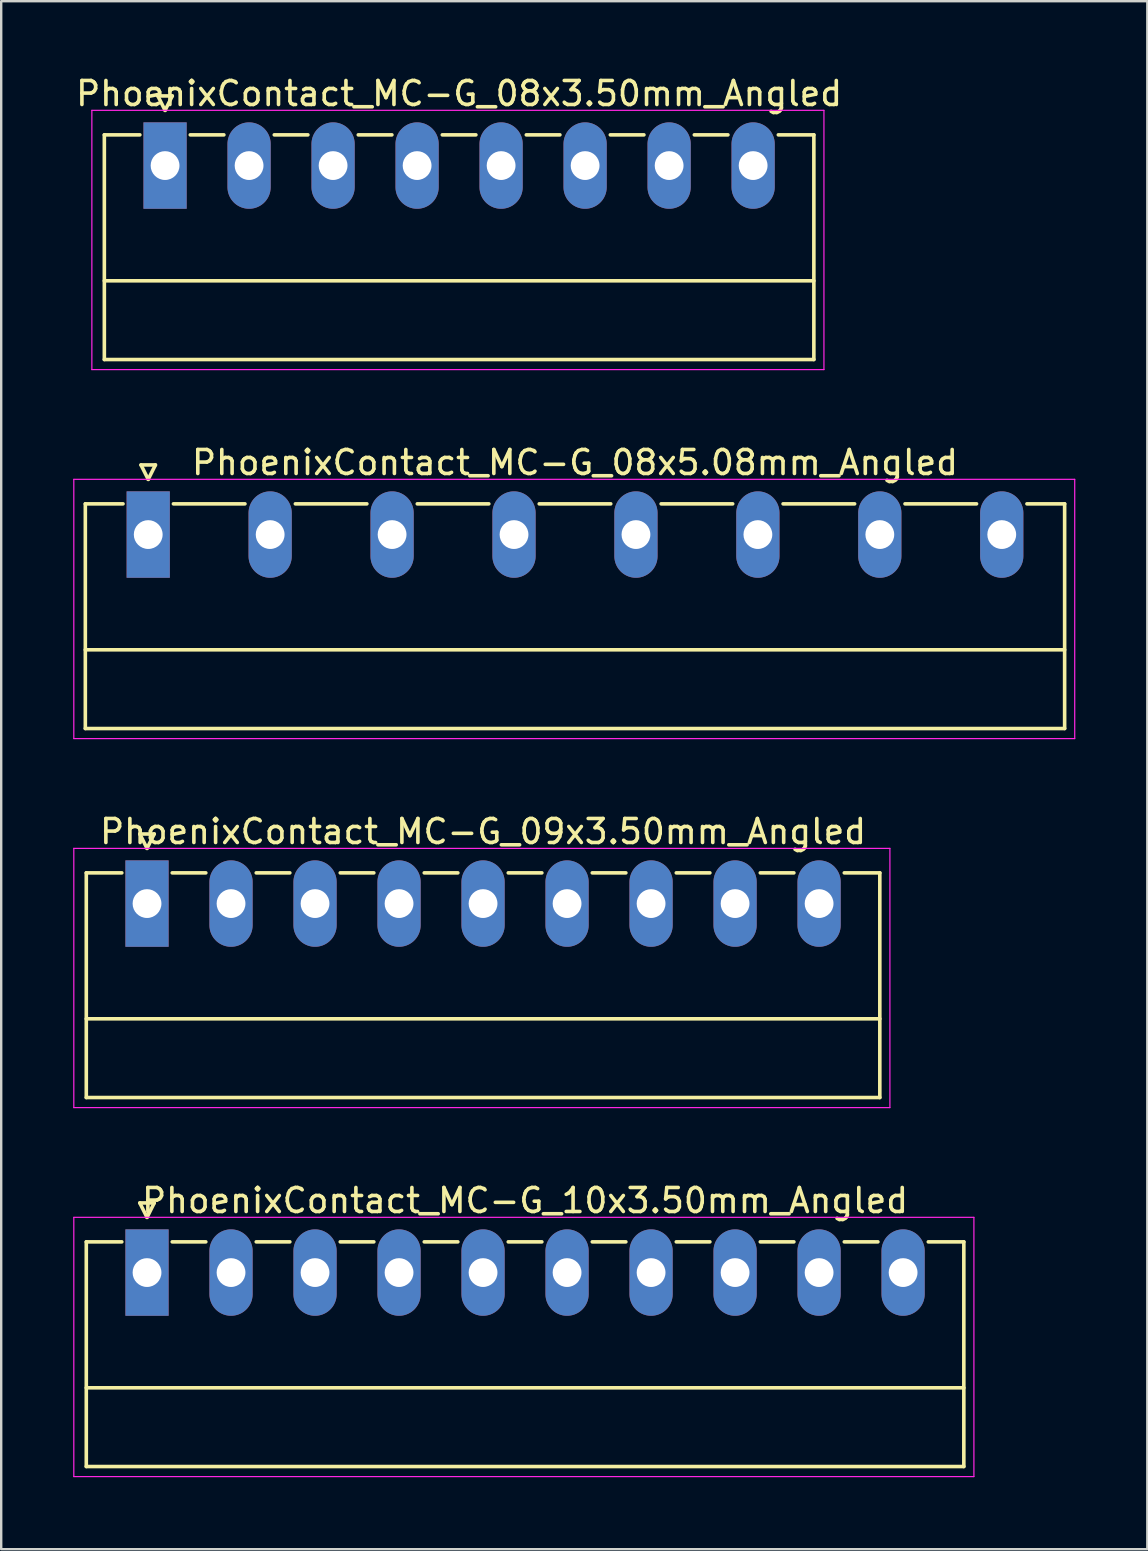
<source format=kicad_pcb>
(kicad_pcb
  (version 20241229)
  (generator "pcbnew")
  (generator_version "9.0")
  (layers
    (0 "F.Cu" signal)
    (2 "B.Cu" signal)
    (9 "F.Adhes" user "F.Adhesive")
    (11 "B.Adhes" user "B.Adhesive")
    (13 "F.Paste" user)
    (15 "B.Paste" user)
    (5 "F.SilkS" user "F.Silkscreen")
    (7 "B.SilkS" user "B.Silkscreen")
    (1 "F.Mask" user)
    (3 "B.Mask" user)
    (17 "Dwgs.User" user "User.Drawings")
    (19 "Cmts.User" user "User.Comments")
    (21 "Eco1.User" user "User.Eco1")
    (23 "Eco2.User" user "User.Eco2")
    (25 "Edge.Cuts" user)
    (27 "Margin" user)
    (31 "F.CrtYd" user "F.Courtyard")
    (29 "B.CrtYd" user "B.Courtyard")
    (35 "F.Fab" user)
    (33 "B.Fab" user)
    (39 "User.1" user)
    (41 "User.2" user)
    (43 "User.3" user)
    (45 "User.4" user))
  (footprint "PhoenixContact_MC-G_10x3.50mm_Angled"
    (layer "F.Cu")
    (at 3.075 49.968)
    (property "Reference" "PhoenixContact_MC-G_10x3.50mm_Angled" (at 15.75 -3 0) (layer "F.SilkS") (effects (font (size 1 1) (thickness 0.15))))
    (attr through_hole)
    (fp_line (start -2.53 -1.28) (end -2.53 8.08) (stroke (width 0.15) (type solid)) (layer "F.SilkS"))
    (fp_line (start -2.53 -1.28) (end -1.05 -1.28) (stroke (width 0.15) (type solid)) (layer "F.SilkS"))
    (fp_line (start -2.53 4.8) (end 34.03 4.8) (stroke (width 0.15) (type solid)) (layer "F.SilkS"))
    (fp_line (start -2.53 8.08) (end 34.03 8.08) (stroke (width 0.15) (type solid)) (layer "F.SilkS"))
    (fp_line (start -0.3 -2.9) (end 0 -2.3) (stroke (width 0.15) (type solid)) (layer "F.SilkS"))
    (fp_line (start 0 -2.3) (end 0.3 -2.9) (stroke (width 0.15) (type solid)) (layer "F.SilkS"))
    (fp_line (start 0.3 -2.9) (end -0.3 -2.9) (stroke (width 0.15) (type solid)) (layer "F.SilkS"))
    (fp_line (start 1.05 -1.28) (end 2.45 -1.28) (stroke (width 0.15) (type solid)) (layer "F.SilkS"))
    (fp_line (start 4.55 -1.28) (end 5.95 -1.28) (stroke (width 0.15) (type solid)) (layer "F.SilkS"))
    (fp_line (start 8.05 -1.28) (end 9.45 -1.28) (stroke (width 0.15) (type solid)) (layer "F.SilkS"))
    (fp_line (start 11.55 -1.28) (end 12.95 -1.28) (stroke (width 0.15) (type solid)) (layer "F.SilkS"))
    (fp_line (start 15.05 -1.28) (end 16.45 -1.28) (stroke (width 0.15) (type solid)) (layer "F.SilkS"))
    (fp_line (start 18.55 -1.28) (end 19.95 -1.28) (stroke (width 0.15) (type solid)) (layer "F.SilkS"))
    (fp_line (start 22.05 -1.28) (end 23.45 -1.28) (stroke (width 0.15) (type solid)) (layer "F.SilkS"))
    (fp_line (start 25.55 -1.28) (end 26.95 -1.28) (stroke (width 0.15) (type solid)) (layer "F.SilkS"))
    (fp_line (start 29.05 -1.28) (end 30.45 -1.28) (stroke (width 0.15) (type solid)) (layer "F.SilkS"))
    (fp_line (start 34.03 -1.28) (end 32.55 -1.28) (stroke (width 0.15) (type solid)) (layer "F.SilkS"))
    (fp_line (start 34.03 8.08) (end 34.03 -1.28) (stroke (width 0.15) (type solid)) (layer "F.SilkS"))
    (fp_line (start -3.05 -2.3) (end -3.05 8.5) (stroke (width 0.05) (type solid)) (layer "F.CrtYd"))
    (fp_line (start -3.05 8.5) (end 34.45 8.5) (stroke (width 0.05) (type solid)) (layer "F.CrtYd"))
    (fp_line (start 34.45 -2.3) (end -3.05 -2.3) (stroke (width 0.05) (type solid)) (layer "F.CrtYd"))
    (fp_line (start 34.45 8.5) (end 34.45 -2.3) (stroke (width 0.05) (type solid)) (layer "F.CrtYd"))
    (pad "1" thru_hole rect (at 0 0) (size 1.8 3.6) (drill 1.2) (layers "*.Cu" "*.Mask"))
    (pad "2" thru_hole oval (at 3.5 0) (size 1.8 3.6) (drill 1.2) (layers "*.Cu" "*.Mask"))
    (pad "3" thru_hole oval (at 7 0) (size 1.8 3.6) (drill 1.2) (layers "*.Cu" "*.Mask"))
    (pad "4" thru_hole oval (at 10.5 0) (size 1.8 3.6) (drill 1.2) (layers "*.Cu" "*.Mask"))
    (pad "5" thru_hole oval (at 14 0) (size 1.8 3.6) (drill 1.2) (layers "*.Cu" "*.Mask"))
    (pad "6" thru_hole oval (at 17.5 0) (size 1.8 3.6) (drill 1.2) (layers "*.Cu" "*.Mask"))
    (pad "7" thru_hole oval (at 21 0) (size 1.8 3.6) (drill 1.2) (layers "*.Cu" "*.Mask"))
    (pad "8" thru_hole oval (at 24.5 0) (size 1.8 3.6) (drill 1.2) (layers "*.Cu" "*.Mask"))
    (pad "9" thru_hole oval (at 28 0) (size 1.8 3.6) (drill 1.2) (layers "*.Cu" "*.Mask"))
    (pad "10" thru_hole oval (at 31.5 0) (size 1.8 3.6) (drill 1.2) (layers "*.Cu" "*.Mask")))
  (footprint "PhoenixContact_MC-G_08x3.50mm_Angled"
    (layer "F.Cu")
    (at 3.827 3.848)
    (property "Reference" "PhoenixContact_MC-G_08x3.50mm_Angled" (at 12.25 -3 0) (layer "F.SilkS") (effects (font (size 1 1) (thickness 0.15))))
    (attr through_hole)
    (fp_line (start -2.53 -1.28) (end -2.53 8.08) (stroke (width 0.15) (type solid)) (layer "F.SilkS"))
    (fp_line (start -2.53 -1.28) (end -1.05 -1.28) (stroke (width 0.15) (type solid)) (layer "F.SilkS"))
    (fp_line (start -2.53 4.8) (end 27.03 4.8) (stroke (width 0.15) (type solid)) (layer "F.SilkS"))
    (fp_line (start -2.53 8.08) (end 27.03 8.08) (stroke (width 0.15) (type solid)) (layer "F.SilkS"))
    (fp_line (start -0.3 -2.9) (end 0 -2.3) (stroke (width 0.15) (type solid)) (layer "F.SilkS"))
    (fp_line (start 0 -2.3) (end 0.3 -2.9) (stroke (width 0.15) (type solid)) (layer "F.SilkS"))
    (fp_line (start 0.3 -2.9) (end -0.3 -2.9) (stroke (width 0.15) (type solid)) (layer "F.SilkS"))
    (fp_line (start 1.05 -1.28) (end 2.45 -1.28) (stroke (width 0.15) (type solid)) (layer "F.SilkS"))
    (fp_line (start 4.55 -1.28) (end 5.95 -1.28) (stroke (width 0.15) (type solid)) (layer "F.SilkS"))
    (fp_line (start 8.05 -1.28) (end 9.45 -1.28) (stroke (width 0.15) (type solid)) (layer "F.SilkS"))
    (fp_line (start 11.55 -1.28) (end 12.95 -1.28) (stroke (width 0.15) (type solid)) (layer "F.SilkS"))
    (fp_line (start 15.05 -1.28) (end 16.45 -1.28) (stroke (width 0.15) (type solid)) (layer "F.SilkS"))
    (fp_line (start 18.55 -1.28) (end 19.95 -1.28) (stroke (width 0.15) (type solid)) (layer "F.SilkS"))
    (fp_line (start 22.05 -1.28) (end 23.45 -1.28) (stroke (width 0.15) (type solid)) (layer "F.SilkS"))
    (fp_line (start 27.03 -1.28) (end 25.55 -1.28) (stroke (width 0.15) (type solid)) (layer "F.SilkS"))
    (fp_line (start 27.03 8.08) (end 27.03 -1.28) (stroke (width 0.15) (type solid)) (layer "F.SilkS"))
    (fp_line (start -3.05 -2.3) (end -3.05 8.5) (stroke (width 0.05) (type solid)) (layer "F.CrtYd"))
    (fp_line (start -3.05 8.5) (end 27.45 8.5) (stroke (width 0.05) (type solid)) (layer "F.CrtYd"))
    (fp_line (start 27.45 -2.3) (end -3.05 -2.3) (stroke (width 0.05) (type solid)) (layer "F.CrtYd"))
    (fp_line (start 27.45 8.5) (end 27.45 -2.3) (stroke (width 0.05) (type solid)) (layer "F.CrtYd"))
    (pad "1" thru_hole rect (at 0 0) (size 1.8 3.6) (drill 1.2) (layers "*.Cu" "*.Mask"))
    (pad "2" thru_hole oval (at 3.5 0) (size 1.8 3.6) (drill 1.2) (layers "*.Cu" "*.Mask"))
    (pad "3" thru_hole oval (at 7 0) (size 1.8 3.6) (drill 1.2) (layers "*.Cu" "*.Mask"))
    (pad "4" thru_hole oval (at 10.5 0) (size 1.8 3.6) (drill 1.2) (layers "*.Cu" "*.Mask"))
    (pad "5" thru_hole oval (at 14 0) (size 1.8 3.6) (drill 1.2) (layers "*.Cu" "*.Mask"))
    (pad "6" thru_hole oval (at 17.5 0) (size 1.8 3.6) (drill 1.2) (layers "*.Cu" "*.Mask"))
    (pad "7" thru_hole oval (at 21 0) (size 1.8 3.6) (drill 1.2) (layers "*.Cu" "*.Mask"))
    (pad "8" thru_hole oval (at 24.5 0) (size 1.8 3.6) (drill 1.2) (layers "*.Cu" "*.Mask")))
  (footprint "PhoenixContact_MC-G_08x5.08mm_Angled"
    (layer "F.Cu")
    (at 3.125 19.221)
    (property "Reference" "PhoenixContact_MC-G_08x5.08mm_Angled" (at 17.78 -3 0) (layer "F.SilkS") (effects (font (size 1 1) (thickness 0.15))))
    (attr through_hole)
    (fp_line (start -2.62 -1.28) (end -2.62 8.08) (stroke (width 0.15) (type solid)) (layer "F.SilkS"))
    (fp_line (start -2.62 -1.28) (end -1.05 -1.28) (stroke (width 0.15) (type solid)) (layer "F.SilkS"))
    (fp_line (start -2.62 4.8) (end 38.18 4.8) (stroke (width 0.15) (type solid)) (layer "F.SilkS"))
    (fp_line (start -2.62 8.08) (end 38.18 8.08) (stroke (width 0.15) (type solid)) (layer "F.SilkS"))
    (fp_line (start -0.3 -2.9) (end 0 -2.3) (stroke (width 0.15) (type solid)) (layer "F.SilkS"))
    (fp_line (start 0 -2.3) (end 0.3 -2.9) (stroke (width 0.15) (type solid)) (layer "F.SilkS"))
    (fp_line (start 0.3 -2.9) (end -0.3 -2.9) (stroke (width 0.15) (type solid)) (layer "F.SilkS"))
    (fp_line (start 1.05 -1.28) (end 4.03 -1.28) (stroke (width 0.15) (type solid)) (layer "F.SilkS"))
    (fp_line (start 6.13 -1.28) (end 9.11 -1.28) (stroke (width 0.15) (type solid)) (layer "F.SilkS"))
    (fp_line (start 11.21 -1.28) (end 14.19 -1.28) (stroke (width 0.15) (type solid)) (layer "F.SilkS"))
    (fp_line (start 16.29 -1.28) (end 19.27 -1.28) (stroke (width 0.15) (type solid)) (layer "F.SilkS"))
    (fp_line (start 21.37 -1.28) (end 24.35 -1.28) (stroke (width 0.15) (type solid)) (layer "F.SilkS"))
    (fp_line (start 26.45 -1.28) (end 29.43 -1.28) (stroke (width 0.15) (type solid)) (layer "F.SilkS"))
    (fp_line (start 31.53 -1.28) (end 34.51 -1.28) (stroke (width 0.15) (type solid)) (layer "F.SilkS"))
    (fp_line (start 38.18 -1.28) (end 36.61 -1.28) (stroke (width 0.15) (type solid)) (layer "F.SilkS"))
    (fp_line (start 38.18 8.08) (end 38.18 -1.28) (stroke (width 0.15) (type solid)) (layer "F.SilkS"))
    (fp_line (start -3.1 -2.3) (end -3.1 8.5) (stroke (width 0.05) (type solid)) (layer "F.CrtYd"))
    (fp_line (start -3.1 8.5) (end 38.6 8.5) (stroke (width 0.05) (type solid)) (layer "F.CrtYd"))
    (fp_line (start 38.6 -2.3) (end -3.1 -2.3) (stroke (width 0.05) (type solid)) (layer "F.CrtYd"))
    (fp_line (start 38.6 8.5) (end 38.6 -2.3) (stroke (width 0.05) (type solid)) (layer "F.CrtYd"))
    (pad "1" thru_hole rect (at 0 0) (size 1.8 3.6) (drill 1.2) (layers "*.Cu" "*.Mask"))
    (pad "2" thru_hole oval (at 5.08 0) (size 1.8 3.6) (drill 1.2) (layers "*.Cu" "*.Mask"))
    (pad "3" thru_hole oval (at 10.16 0) (size 1.8 3.6) (drill 1.2) (layers "*.Cu" "*.Mask"))
    (pad "4" thru_hole oval (at 15.24 0) (size 1.8 3.6) (drill 1.2) (layers "*.Cu" "*.Mask"))
    (pad "5" thru_hole oval (at 20.32 0) (size 1.8 3.6) (drill 1.2) (layers "*.Cu" "*.Mask"))
    (pad "6" thru_hole oval (at 25.4 0) (size 1.8 3.6) (drill 1.2) (layers "*.Cu" "*.Mask"))
    (pad "7" thru_hole oval (at 30.48 0) (size 1.8 3.6) (drill 1.2) (layers "*.Cu" "*.Mask"))
    (pad "8" thru_hole oval (at 35.56 0) (size 1.8 3.6) (drill 1.2) (layers "*.Cu" "*.Mask")))
  (footprint "PhoenixContact_MC-G_09x3.50mm_Angled"
    (layer "F.Cu")
    (at 3.075 34.595)
    (property "Reference" "PhoenixContact_MC-G_09x3.50mm_Angled" (at 14 -3 0) (layer "F.SilkS") (effects (font (size 1 1) (thickness 0.15))))
    (attr through_hole)
    (fp_line (start -2.53 -1.28) (end -2.53 8.08) (stroke (width 0.15) (type solid)) (layer "F.SilkS"))
    (fp_line (start -2.53 -1.28) (end -1.05 -1.28) (stroke (width 0.15) (type solid)) (layer "F.SilkS"))
    (fp_line (start -2.53 4.8) (end 30.53 4.8) (stroke (width 0.15) (type solid)) (layer "F.SilkS"))
    (fp_line (start -2.53 8.08) (end 30.53 8.08) (stroke (width 0.15) (type solid)) (layer "F.SilkS"))
    (fp_line (start -0.3 -2.9) (end 0 -2.3) (stroke (width 0.15) (type solid)) (layer "F.SilkS"))
    (fp_line (start 0 -2.3) (end 0.3 -2.9) (stroke (width 0.15) (type solid)) (layer "F.SilkS"))
    (fp_line (start 0.3 -2.9) (end -0.3 -2.9) (stroke (width 0.15) (type solid)) (layer "F.SilkS"))
    (fp_line (start 1.05 -1.28) (end 2.45 -1.28) (stroke (width 0.15) (type solid)) (layer "F.SilkS"))
    (fp_line (start 4.55 -1.28) (end 5.95 -1.28) (stroke (width 0.15) (type solid)) (layer "F.SilkS"))
    (fp_line (start 8.05 -1.28) (end 9.45 -1.28) (stroke (width 0.15) (type solid)) (layer "F.SilkS"))
    (fp_line (start 11.55 -1.28) (end 12.95 -1.28) (stroke (width 0.15) (type solid)) (layer "F.SilkS"))
    (fp_line (start 15.05 -1.28) (end 16.45 -1.28) (stroke (width 0.15) (type solid)) (layer "F.SilkS"))
    (fp_line (start 18.55 -1.28) (end 19.95 -1.28) (stroke (width 0.15) (type solid)) (layer "F.SilkS"))
    (fp_line (start 22.05 -1.28) (end 23.45 -1.28) (stroke (width 0.15) (type solid)) (layer "F.SilkS"))
    (fp_line (start 25.55 -1.28) (end 26.95 -1.28) (stroke (width 0.15) (type solid)) (layer "F.SilkS"))
    (fp_line (start 30.53 -1.28) (end 29.05 -1.28) (stroke (width 0.15) (type solid)) (layer "F.SilkS"))
    (fp_line (start 30.53 8.08) (end 30.53 -1.28) (stroke (width 0.15) (type solid)) (layer "F.SilkS"))
    (fp_line (start -3.05 -2.3) (end -3.05 8.5) (stroke (width 0.05) (type solid)) (layer "F.CrtYd"))
    (fp_line (start -3.05 8.5) (end 30.95 8.5) (stroke (width 0.05) (type solid)) (layer "F.CrtYd"))
    (fp_line (start 30.95 -2.3) (end -3.05 -2.3) (stroke (width 0.05) (type solid)) (layer "F.CrtYd"))
    (fp_line (start 30.95 8.5) (end 30.95 -2.3) (stroke (width 0.05) (type solid)) (layer "F.CrtYd"))
    (pad "1" thru_hole rect (at 0 0) (size 1.8 3.6) (drill 1.2) (layers "*.Cu" "*.Mask"))
    (pad "2" thru_hole oval (at 3.5 0) (size 1.8 3.6) (drill 1.2) (layers "*.Cu" "*.Mask"))
    (pad "3" thru_hole oval (at 7 0) (size 1.8 3.6) (drill 1.2) (layers "*.Cu" "*.Mask"))
    (pad "4" thru_hole oval (at 10.5 0) (size 1.8 3.6) (drill 1.2) (layers "*.Cu" "*.Mask"))
    (pad "5" thru_hole oval (at 14 0) (size 1.8 3.6) (drill 1.2) (layers "*.Cu" "*.Mask"))
    (pad "6" thru_hole oval (at 17.5 0) (size 1.8 3.6) (drill 1.2) (layers "*.Cu" "*.Mask"))
    (pad "7" thru_hole oval (at 21 0) (size 1.8 3.6) (drill 1.2) (layers "*.Cu" "*.Mask"))
    (pad "8" thru_hole oval (at 24.5 0) (size 1.8 3.6) (drill 1.2) (layers "*.Cu" "*.Mask"))
    (pad "9" thru_hole oval (at 28 0) (size 1.8 3.6) (drill 1.2) (layers "*.Cu" "*.Mask")))
  (gr_rect
    (start -3 -3)
    (end 44.75 61.493)
    (stroke (width 0.1) (type default))
    (fill no)
    (layer "Edge.Cuts")))
</source>
